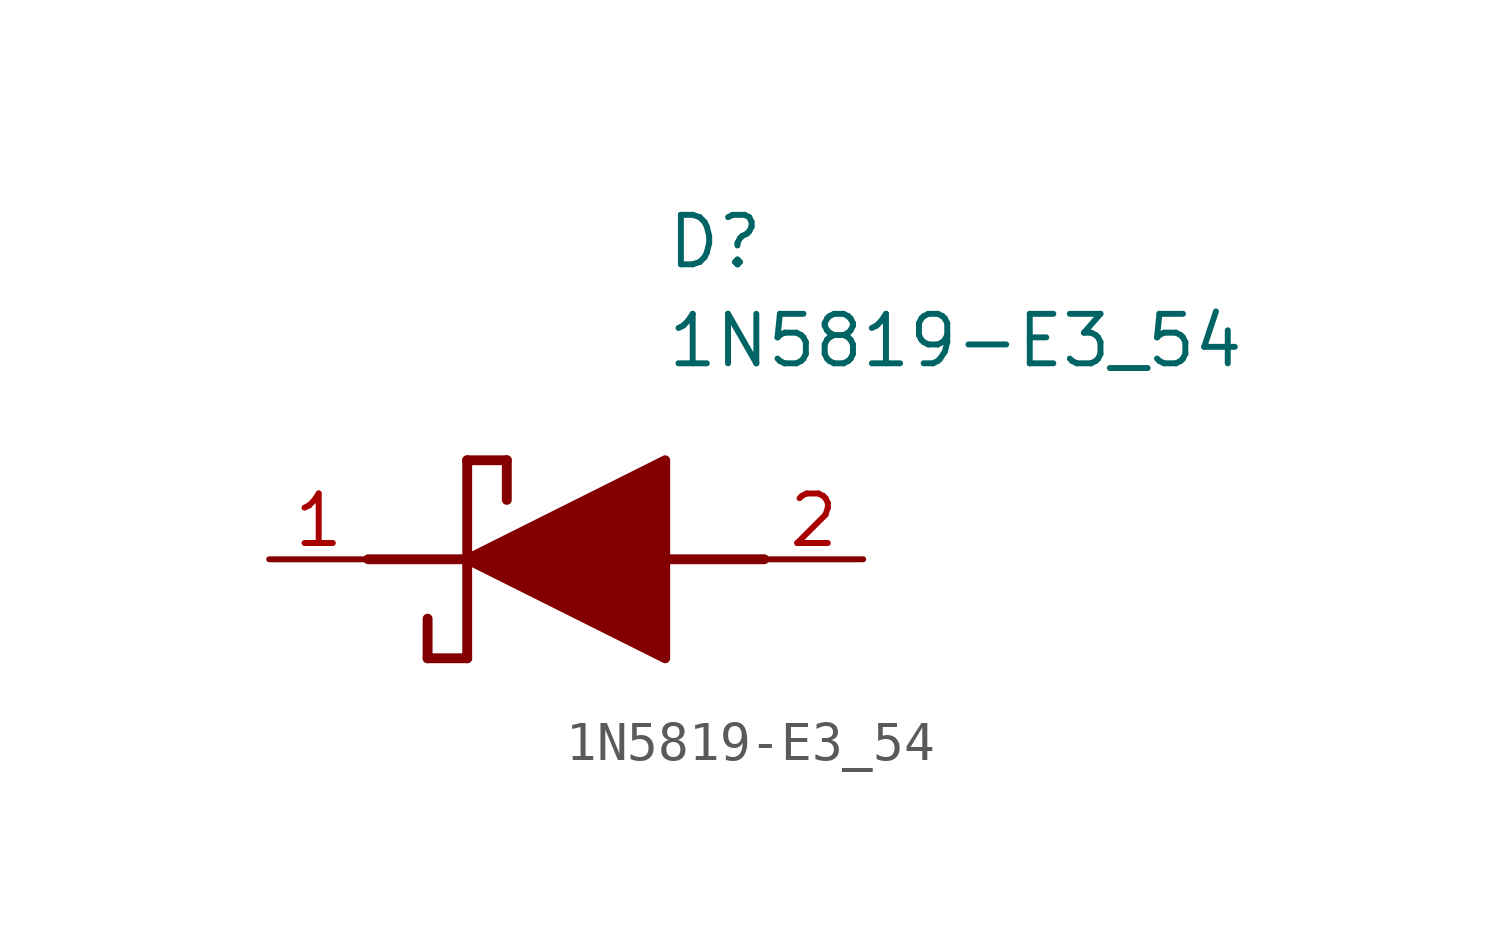
<source format=kicad_sym>
(kicad_symbol_lib
  (version 20211014)
  (generator SamacSys_ECAD_Model)
  (symbol "1N5819-E3_54"
    (pin_names hide)
    (property "Reference" "D"
      (at 12.7 8.89 0)
      (effects (font (size 1.27 1.27)) (justify left top)))
    (property "Value" "1N5819-E3_54"
      (at 12.7 6.35 0)
      (effects (font (size 1.27 1.27)) (justify left top)))
    (polyline
      (pts (xy 7.62 2.54) (xy 7.62 -2.54))
      (stroke (width 0.254) (type default))
      (fill (type none)))
    (polyline
      (pts (xy 7.62 2.54) (xy 8.636 2.54))
      (stroke (width 0.254) (type default))
      (fill (type none)))
    (polyline
      (pts (xy 8.636 1.524) (xy 8.636 2.54))
      (stroke (width 0.254) (type default))
      (fill (type none)))
    (polyline
      (pts (xy 7.62 -2.54) (xy 6.604 -2.54))
      (stroke (width 0.254) (type default))
      (fill (type none)))
    (polyline
      (pts (xy 6.604 -1.524) (xy 6.604 -2.54))
      (stroke (width 0.254) (type default))
      (fill (type none)))
    (polyline
      (pts (xy 5.08 0) (xy 7.62 0))
      (stroke (width 0.254) (type default))
      (fill (type none)))
    (polyline
      (pts (xy 12.7 0) (xy 15.24 0))
      (stroke (width 0.254) (type default))
      (fill (type none)))
    (polyline
      (pts (xy 7.62 0) (xy 12.7 2.54) (xy 12.7 -2.54) (xy 7.62 0))
      (stroke (width 0.254) (type default))
      (fill (type outline)))
    (pin passive line
      (at 2.54 0 0)
      (length 2.54)
      (name "K" (effects (font (size 1.27 1.27))))
      (number "1" (effects (font (size 1.27 1.27)))))
    (pin passive line
      (at 17.78 0 180)
      (length 2.54)
      (name "A" (effects (font (size 1.27 1.27))))
      (number "2" (effects (font (size 1.27 1.27)))))))
</source>
